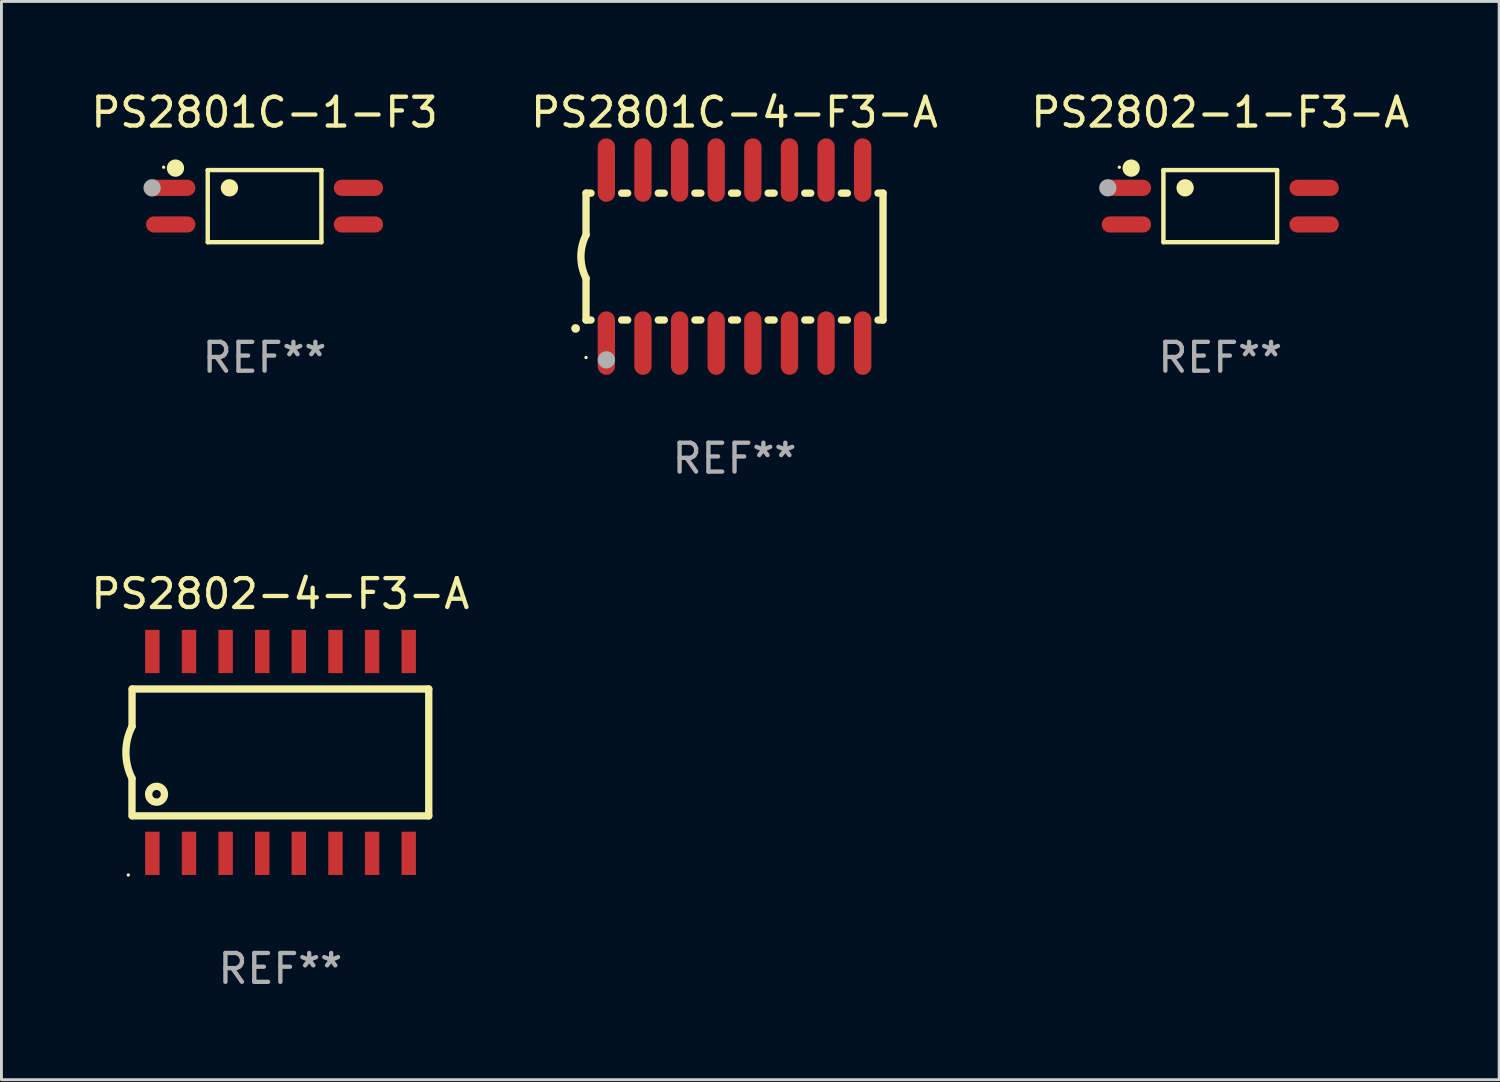
<source format=kicad_pcb>
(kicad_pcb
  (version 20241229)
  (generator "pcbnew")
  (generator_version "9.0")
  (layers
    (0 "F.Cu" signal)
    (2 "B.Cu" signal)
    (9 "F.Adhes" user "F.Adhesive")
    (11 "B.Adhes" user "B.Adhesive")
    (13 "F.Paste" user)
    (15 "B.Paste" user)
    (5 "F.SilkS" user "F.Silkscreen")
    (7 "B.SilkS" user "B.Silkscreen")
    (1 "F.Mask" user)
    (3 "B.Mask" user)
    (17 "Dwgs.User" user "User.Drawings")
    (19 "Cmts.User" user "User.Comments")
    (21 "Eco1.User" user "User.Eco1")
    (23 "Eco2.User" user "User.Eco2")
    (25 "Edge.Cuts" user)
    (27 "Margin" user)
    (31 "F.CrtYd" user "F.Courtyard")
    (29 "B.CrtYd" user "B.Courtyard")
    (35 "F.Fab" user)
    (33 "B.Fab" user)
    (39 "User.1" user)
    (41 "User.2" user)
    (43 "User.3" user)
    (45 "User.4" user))
  (footprint "PS2802-1-F3-A"
    (layer "F.Cu")
    (at 39.268 4.099)
    (property "Reference" "PS2802-1-F3-A" (at 0 -3.251 0) (layer "F.SilkS") (effects (font (size 1 1) (thickness 0.15))))
    (attr through_hole)
    (fp_line (start -1.971 -1.251) (end 1.972 -1.251) (stroke (width 0.152) (type solid)) (layer "F.SilkS"))
    (fp_line (start -1.971 1.251) (end -1.971 -1.251) (stroke (width 0.152) (type solid)) (layer "F.SilkS"))
    (fp_line (start 1.972 -1.251) (end 1.972 1.251) (stroke (width 0.152) (type solid)) (layer "F.SilkS"))
    (fp_line (start 1.972 1.251) (end -1.971 1.251) (stroke (width 0.152) (type solid)) (layer "F.SilkS"))
    (fp_circle (center -3.5 -1.35) (end -3.47 -1.35) (stroke (width 0.06) (type solid)) (fill no) (layer "F.SilkS"))
    (fp_circle (center -3.09 -1.319) (end -2.94 -1.319) (stroke (width 0.3) (type solid)) (fill no) (layer "F.SilkS"))
    (fp_circle (center -1.219 -0.635) (end -1.069 -0.635) (stroke (width 0.3) (type solid)) (fill no) (layer "F.SilkS"))
    (fp_circle (center -3.9 -0.635) (end -3.75 -0.635) (stroke (width 0.3) (type solid)) (fill no) (layer "F.Fab"))
    (fp_text user "REF**" (at 0 5.251 0) (layer "F.Fab") (effects (font (size 1 1) (thickness 0.15))))
    (pad "1" smd oval (at -3.255 -0.635 270) (size 0.56 1.71) (layers "F.Cu" "F.Mask" "F.Paste"))
    (pad "2" smd oval (at -3.255 0.635 270) (size 0.56 1.71) (layers "F.Cu" "F.Mask" "F.Paste"))
    (pad "3" smd oval (at 3.255 0.635 270) (size 0.56 1.71) (layers "F.Cu" "F.Mask" "F.Paste"))
    (pad "4" smd oval (at 3.255 -0.635 270) (size 0.56 1.71) (layers "F.Cu" "F.Mask" "F.Paste")))
  (footprint "PS2801C-1-F3"
    (layer "F.Cu")
    (at 6.125 4.099)
    (property "Reference" "PS2801C-1-F3" (at 0 -3.251 0) (layer "F.SilkS") (effects (font (size 1 1) (thickness 0.15))))
    (attr through_hole)
    (fp_line (start -1.971 -1.251) (end 1.972 -1.251) (stroke (width 0.152) (type solid)) (layer "F.SilkS"))
    (fp_line (start -1.971 1.251) (end -1.971 -1.251) (stroke (width 0.152) (type solid)) (layer "F.SilkS"))
    (fp_line (start 1.972 -1.251) (end 1.972 1.251) (stroke (width 0.152) (type solid)) (layer "F.SilkS"))
    (fp_line (start 1.972 1.251) (end -1.971 1.251) (stroke (width 0.152) (type solid)) (layer "F.SilkS"))
    (fp_circle (center -3.5 -1.35) (end -3.47 -1.35) (stroke (width 0.06) (type solid)) (fill no) (layer "F.SilkS"))
    (fp_circle (center -3.09 -1.319) (end -2.94 -1.319) (stroke (width 0.3) (type solid)) (fill no) (layer "F.SilkS"))
    (fp_circle (center -1.219 -0.635) (end -1.069 -0.635) (stroke (width 0.3) (type solid)) (fill no) (layer "F.SilkS"))
    (fp_circle (center -3.9 -0.635) (end -3.75 -0.635) (stroke (width 0.3) (type solid)) (fill no) (layer "F.Fab"))
    (fp_text user "REF**" (at 0 5.251 0) (layer "F.Fab") (effects (font (size 1 1) (thickness 0.15))))
    (pad "1" smd oval (at -3.255 -0.635 270) (size 0.56 1.71) (layers "F.Cu" "F.Mask" "F.Paste"))
    (pad "2" smd oval (at -3.255 0.635 270) (size 0.56 1.71) (layers "F.Cu" "F.Mask" "F.Paste"))
    (pad "3" smd oval (at 3.255 0.635 270) (size 0.56 1.71) (layers "F.Cu" "F.Mask" "F.Paste"))
    (pad "4" smd oval (at 3.255 -0.635 270) (size 0.56 1.71) (layers "F.Cu" "F.Mask" "F.Paste")))
  (footprint "PS2802-4-F3-A"
    (layer "F.Cu")
    (at 6.673 23.044)
    (property "Reference" "PS2802-4-F3-A" (at 0 -5.5 0) (layer "F.SilkS") (effects (font (size 1 1) (thickness 0.15))))
    (attr through_hole)
    (fp_line (start -5.146 0.898) (end -5.146 2.197) (stroke (width 0.254) (type solid)) (layer "F.SilkS"))
    (fp_line (start -5.144 -2.2) (end -5.144 -0.9) (stroke (width 0.254) (type solid)) (layer "F.SilkS"))
    (fp_line (start -5.134 -2.2) (end 5.146 -2.2) (stroke (width 0.254) (type solid)) (layer "F.SilkS"))
    (fp_line (start 5.146 -2.2) (end 5.146 2.2) (stroke (width 0.254) (type solid)) (layer "F.SilkS"))
    (fp_line (start 5.146 2.2) (end -5.134 2.2) (stroke (width 0.254) (type solid)) (layer "F.SilkS"))
    (fp_arc (start -5.144399 0.899796) (mid -5.356842 -0.000127) (end -5.144399 -0.900051) (stroke (width 0.254001) (type solid)) (layer "F.SilkS"))
    (fp_circle (center -5.273 4.25) (end -5.243 4.25) (stroke (width 0.06) (type solid)) (fill no) (layer "F.SilkS"))
    (fp_circle (center -4.294 1.45) (end -4.019 1.45) (stroke (width 0.254) (type solid)) (fill no) (layer "F.SilkS"))
    (fp_text user "REF**" (at 0 7.5 0) (layer "F.Fab") (effects (font (size 1 1) (thickness 0.15))))
    (pad "1" smd rect (at -4.439 3.5 90) (size 1.5 0.5) (layers "F.Cu" "F.Mask" "F.Paste"))
    (pad "2" smd rect (at -3.169 3.5 90) (size 1.5 0.5) (layers "F.Cu" "F.Mask" "F.Paste"))
    (pad "3" smd rect (at -1.899 3.5 90) (size 1.5 0.5) (layers "F.Cu" "F.Mask" "F.Paste"))
    (pad "4" smd rect (at -0.629 3.5 90) (size 1.5 0.5) (layers "F.Cu" "F.Mask" "F.Paste"))
    (pad "5" smd rect (at 0.641 3.5 90) (size 1.5 0.5) (layers "F.Cu" "F.Mask" "F.Paste"))
    (pad "6" smd rect (at 1.911 3.5 90) (size 1.5 0.5) (layers "F.Cu" "F.Mask" "F.Paste"))
    (pad "7" smd rect (at 3.181 3.5 90) (size 1.5 0.5) (layers "F.Cu" "F.Mask" "F.Paste"))
    (pad "8" smd rect (at 4.451 3.5 90) (size 1.5 0.5) (layers "F.Cu" "F.Mask" "F.Paste"))
    (pad "9" smd rect (at 4.451 -3.5 90) (size 1.5 0.5) (layers "F.Cu" "F.Mask" "F.Paste"))
    (pad "10" smd rect (at 3.181 -3.5 90) (size 1.5 0.5) (layers "F.Cu" "F.Mask" "F.Paste"))
    (pad "11" smd rect (at 1.911 -3.5 90) (size 1.5 0.5) (layers "F.Cu" "F.Mask" "F.Paste"))
    (pad "12" smd rect (at 0.641 -3.5 90) (size 1.5 0.5) (layers "F.Cu" "F.Mask" "F.Paste"))
    (pad "13" smd rect (at -0.629 -3.5 90) (size 1.5 0.5) (layers "F.Cu" "F.Mask" "F.Paste"))
    (pad "14" smd rect (at -1.899 -3.5 90) (size 1.5 0.5) (layers "F.Cu" "F.Mask" "F.Paste"))
    (pad "15" smd rect (at -3.169 -3.5 90) (size 1.5 0.5) (layers "F.Cu" "F.Mask" "F.Paste"))
    (pad "16" smd rect (at -4.439 -3.5 90) (size 1.5 0.5) (layers "F.Cu" "F.Mask" "F.Paste")))
  (footprint "PS2801C-4-F3-A"
    (layer "F.Cu")
    (at 22.423 5.848)
    (property "Reference" "PS2801C-4-F3-A" (at 0 -5 0) (layer "F.SilkS") (effects (font (size 1 1) (thickness 0.15))))
    (attr through_hole)
    (fp_line (start -5.15 -2.2) (end -5.15 -0.75) (stroke (width 0.254) (type solid)) (layer "F.SilkS"))
    (fp_line (start -5.15 -2.2) (end -4.976 -2.2) (stroke (width 0.254) (type solid)) (layer "F.SilkS"))
    (fp_line (start -5.15 2.2) (end -5.15 0.75) (stroke (width 0.254) (type solid)) (layer "F.SilkS"))
    (fp_line (start -5.15 2.2) (end -4.976 2.2) (stroke (width 0.254) (type solid)) (layer "F.SilkS"))
    (fp_line (start -3.914 -2.2) (end -3.706 -2.2) (stroke (width 0.254) (type solid)) (layer "F.SilkS"))
    (fp_line (start -3.914 2.2) (end -3.706 2.2) (stroke (width 0.254) (type solid)) (layer "F.SilkS"))
    (fp_line (start -2.644 -2.2) (end -2.436 -2.2) (stroke (width 0.254) (type solid)) (layer "F.SilkS"))
    (fp_line (start -2.644 2.2) (end -2.436 2.2) (stroke (width 0.254) (type solid)) (layer "F.SilkS"))
    (fp_line (start -1.374 -2.2) (end -1.166 -2.2) (stroke (width 0.254) (type solid)) (layer "F.SilkS"))
    (fp_line (start -1.374 2.2) (end -1.166 2.2) (stroke (width 0.254) (type solid)) (layer "F.SilkS"))
    (fp_line (start -0.104 -2.2) (end 0.104 -2.2) (stroke (width 0.254) (type solid)) (layer "F.SilkS"))
    (fp_line (start -0.104 2.2) (end 0.104 2.2) (stroke (width 0.254) (type solid)) (layer "F.SilkS"))
    (fp_line (start 1.166 -2.2) (end 1.374 -2.2) (stroke (width 0.254) (type solid)) (layer "F.SilkS"))
    (fp_line (start 1.166 2.2) (end 1.374 2.2) (stroke (width 0.254) (type solid)) (layer "F.SilkS"))
    (fp_line (start 2.436 -2.2) (end 2.644 -2.2) (stroke (width 0.254) (type solid)) (layer "F.SilkS"))
    (fp_line (start 2.436 2.2) (end 2.644 2.2) (stroke (width 0.254) (type solid)) (layer "F.SilkS"))
    (fp_line (start 3.706 -2.2) (end 3.914 -2.2) (stroke (width 0.254) (type solid)) (layer "F.SilkS"))
    (fp_line (start 3.706 2.2) (end 3.914 2.2) (stroke (width 0.254) (type solid)) (layer "F.SilkS"))
    (fp_line (start 4.976 -2.2) (end 5.15 -2.2) (stroke (width 0.254) (type solid)) (layer "F.SilkS"))
    (fp_line (start 4.976 2.2) (end 5.15 2.2) (stroke (width 0.254) (type solid)) (layer "F.SilkS"))
    (fp_line (start 5.15 2.2) (end 5.15 -2.2) (stroke (width 0.254) (type solid)) (layer "F.SilkS"))
    (fp_arc (start -5.513081 2.491618) (mid -5.511811 2.491613) (end -5.510541 2.491618) (stroke (width 0.3) (type solid)) (layer "F.SilkS"))
    (fp_arc (start -5.15047 0.751207) (mid -5.327506 0.000556) (end -5.150013 -0.749987) (stroke (width 0.254001) (type solid)) (layer "F.SilkS"))
    (fp_circle (center -5.15 3.5) (end -5.12 3.5) (stroke (width 0.06) (type solid)) (fill no) (layer "F.SilkS"))
    (fp_circle (center -4.445 3.582) (end -4.295 3.582) (stroke (width 0.3) (type solid)) (fill no) (layer "F.Fab"))
    (fp_text user "REF**" (at 0 7 0) (layer "F.Fab") (effects (font (size 1 1) (thickness 0.15))))
    (pad "1" smd oval (at -4.445 3 180) (size 0.6 2.2) (layers "F.Cu" "F.Mask" "F.Paste"))
    (pad "2" smd oval (at -3.175 3 180) (size 0.6 2.2) (layers "F.Cu" "F.Mask" "F.Paste"))
    (pad "3" smd oval (at -1.905 3 180) (size 0.6 2.2) (layers "F.Cu" "F.Mask" "F.Paste"))
    (pad "4" smd oval (at -0.635 3 180) (size 0.6 2.2) (layers "F.Cu" "F.Mask" "F.Paste"))
    (pad "5" smd oval (at 0.635 3 180) (size 0.6 2.2) (layers "F.Cu" "F.Mask" "F.Paste"))
    (pad "6" smd oval (at 1.905 3 180) (size 0.6 2.2) (layers "F.Cu" "F.Mask" "F.Paste"))
    (pad "7" smd oval (at 3.175 3 180) (size 0.6 2.2) (layers "F.Cu" "F.Mask" "F.Paste"))
    (pad "8" smd oval (at 4.445 3 180) (size 0.6 2.2) (layers "F.Cu" "F.Mask" "F.Paste"))
    (pad "9" smd oval (at 4.445 -3 180) (size 0.6 2.2) (layers "F.Cu" "F.Mask" "F.Paste"))
    (pad "10" smd oval (at 3.175 -3 180) (size 0.6 2.2) (layers "F.Cu" "F.Mask" "F.Paste"))
    (pad "11" smd oval (at 1.905 -3 180) (size 0.6 2.2) (layers "F.Cu" "F.Mask" "F.Paste"))
    (pad "12" smd oval (at 0.635 -3 180) (size 0.6 2.2) (layers "F.Cu" "F.Mask" "F.Paste"))
    (pad "13" smd oval (at -0.635 -3 180) (size 0.6 2.2) (layers "F.Cu" "F.Mask" "F.Paste"))
    (pad "14" smd oval (at -1.905 -3 180) (size 0.6 2.2) (layers "F.Cu" "F.Mask" "F.Paste"))
    (pad "15" smd oval (at -3.175 -3 180) (size 0.6 2.2) (layers "F.Cu" "F.Mask" "F.Paste"))
    (pad "16" smd oval (at -4.445 -3 180) (size 0.6 2.2) (layers "F.Cu" "F.Mask" "F.Paste")))
  (gr_rect
    (start -3 -3)
    (end 48.94 34.393)
    (stroke (width 0.1) (type default))
    (fill no)
    (layer "Edge.Cuts")))
</source>
